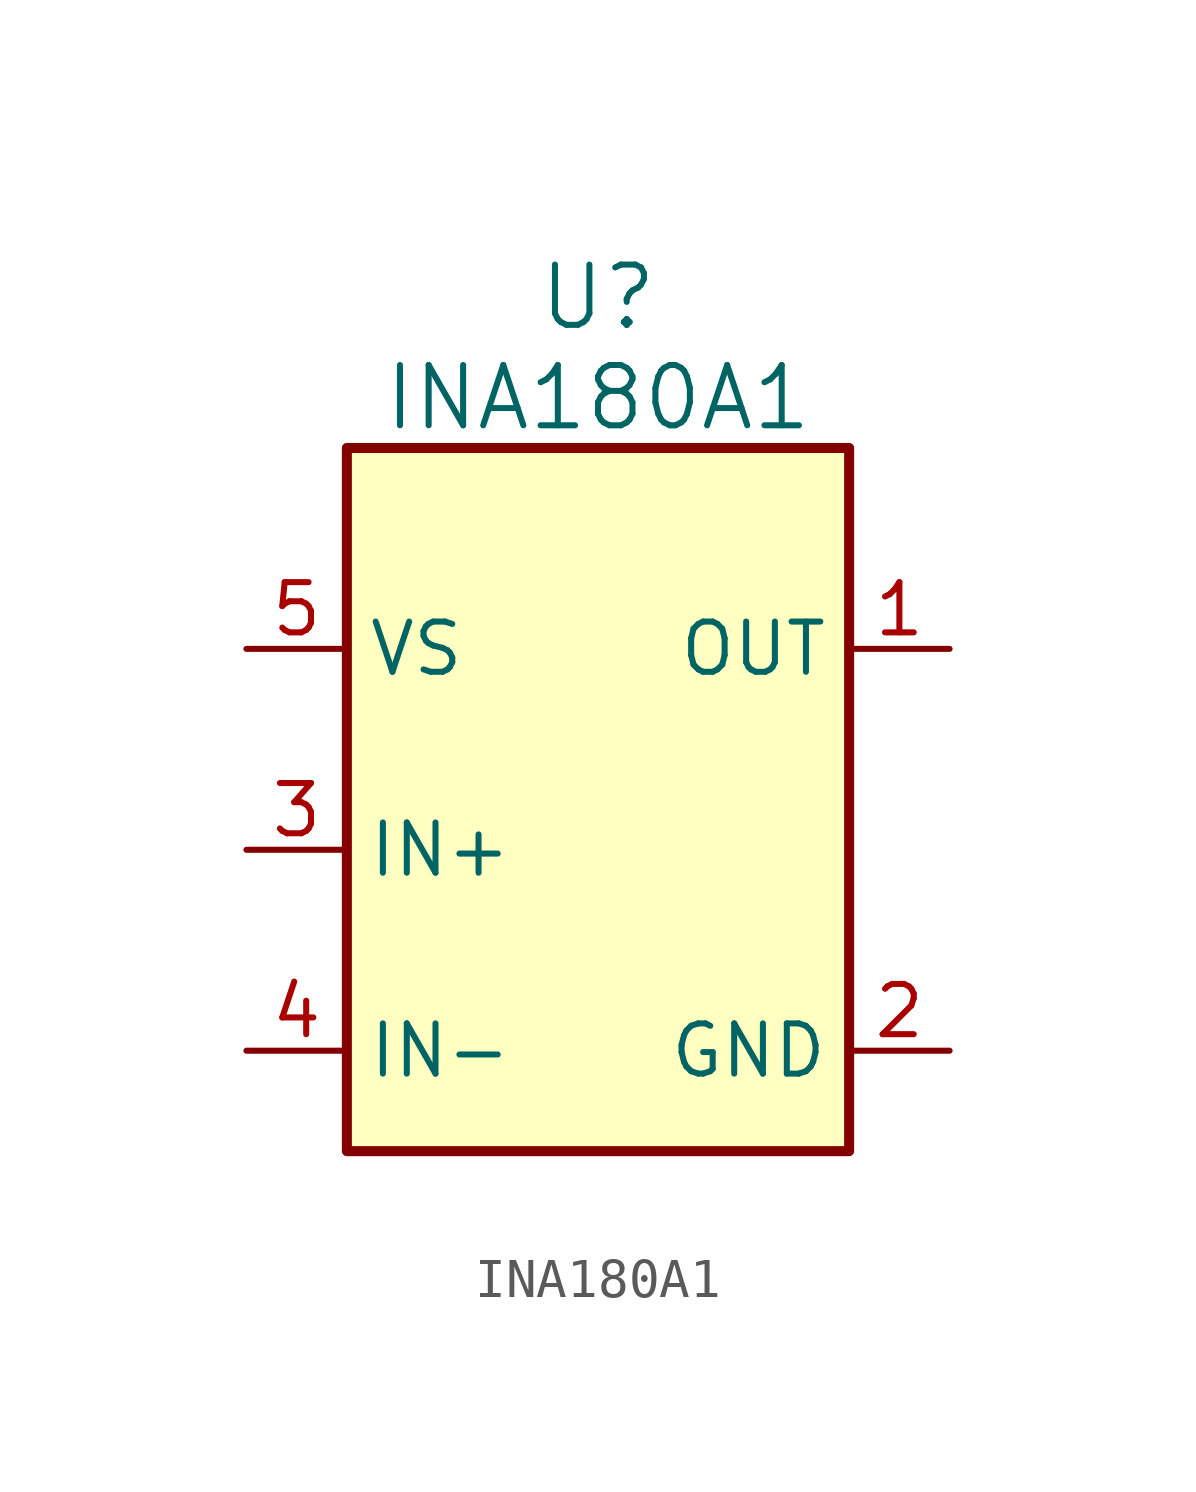
<source format=kicad_sym>
(kicad_symbol_lib
  (version 20211014)
  (generator kicad_symbol_editor)
  (symbol "INA180A1"
    (property "Reference" "U"
      (at 0 13.97 0)
      (effects (font (size 1.524 1.524))))
    (property "Value" "INA180A1"
      (at 0 11.43 0)
      (effects (font (size 1.524 1.524))))
    (property "Datasheet" ""
      (at 6.35 0 0)
      (effects (font (size 1.524 1.524))))
    (symbol "INA180A1_1_1"
      (rectangle (start -6.35 10.16) (end 6.35 -7.62) (stroke (width 0.254) (type default) (color 0 0 0 0)) (fill (type background)))
      (pin output line (at 8.89 5.08 180) (length 2.54) (name "OUT" (effects (font (size 1.27 1.27)))) (number "1" (effects (font (size 1.27 1.27)))))
      (pin power_in line (at 8.89 -5.08 180) (length 2.54) (name "GND" (effects (font (size 1.27 1.27)))) (number "2" (effects (font (size 1.27 1.27)))))
      (pin input line (at -8.89 0 0) (length 2.54) (name "IN+" (effects (font (size 1.27 1.27)))) (number "3" (effects (font (size 1.27 1.27)))))
      (pin input line (at -8.89 -5.08 0) (length 2.54) (name "IN-" (effects (font (size 1.27 1.27)))) (number "4" (effects (font (size 1.27 1.27)))))
      (pin power_in line (at -8.89 5.08 0) (length 2.54) (name "VS" (effects (font (size 1.27 1.27)))) (number "5" (effects (font (size 1.27 1.27))))))))
</source>
